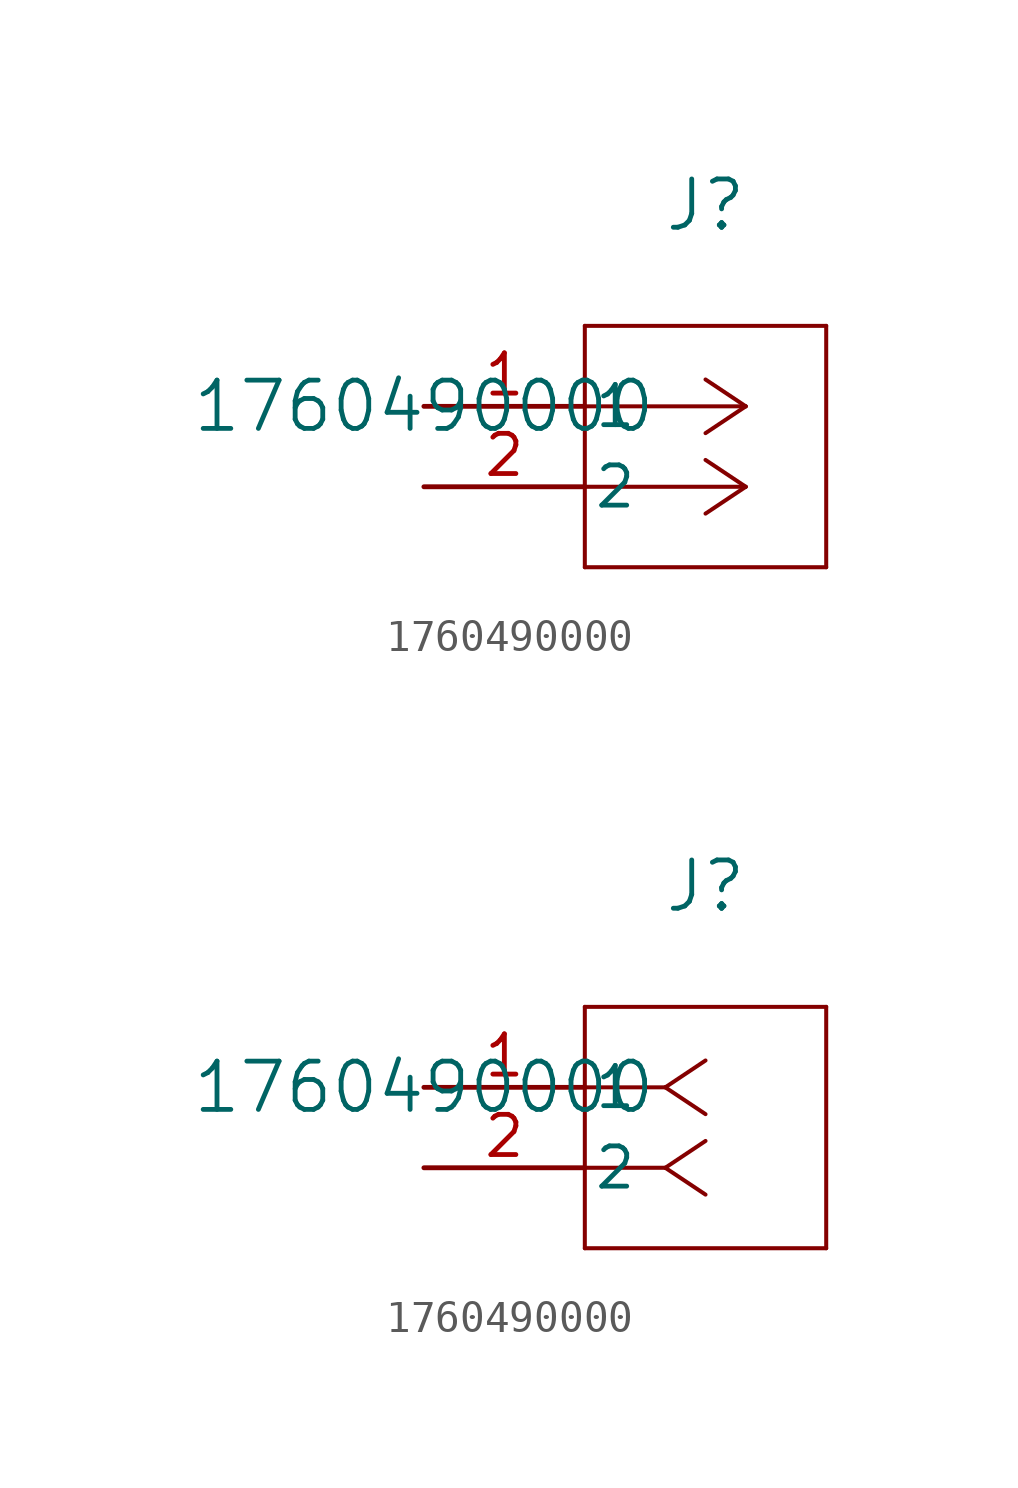
<source format=kicad_sym>
(kicad_symbol_lib
  (version 20211014)
  (generator kicad_symbol_editor)
  (symbol "1760490000"
    (pin_names
      (offset 0.254))
    (property "Reference" "J"
      (at 8.89 6.35 0)
      (effects (font (size 1.524 1.524))))
    (property "Value" "1760490000"
      (at 0 0 0)
      (effects (font (size 1.524 1.524))))
    (symbol "1760490000_1_1"
      (polyline (pts (xy 10.16 0) (xy 5.08 0)) (stroke (width 0.127) (type default) (color 0 0 0 0)) (fill (type none)))
      (polyline (pts (xy 10.16 -2.54) (xy 5.08 -2.54)) (stroke (width 0.127) (type default) (color 0 0 0 0)) (fill (type none)))
      (polyline (pts (xy 10.16 0) (xy 8.89 0.847)) (stroke (width 0.127) (type default) (color 0 0 0 0)) (fill (type none)))
      (polyline (pts (xy 10.16 -2.54) (xy 8.89 -1.693)) (stroke (width 0.127) (type default) (color 0 0 0 0)) (fill (type none)))
      (polyline (pts (xy 10.16 0) (xy 8.89 -0.847)) (stroke (width 0.127) (type default) (color 0 0 0 0)) (fill (type none)))
      (polyline (pts (xy 10.16 -2.54) (xy 8.89 -3.387)) (stroke (width 0.127) (type default) (color 0 0 0 0)) (fill (type none)))
      (polyline (pts (xy 5.08 2.54) (xy 5.08 -5.08)) (stroke (width 0.127) (type default) (color 0 0 0 0)) (fill (type none)))
      (polyline (pts (xy 5.08 -5.08) (xy 12.7 -5.08)) (stroke (width 0.127) (type default) (color 0 0 0 0)) (fill (type none)))
      (polyline (pts (xy 12.7 -5.08) (xy 12.7 2.54)) (stroke (width 0.127) (type default) (color 0 0 0 0)) (fill (type none)))
      (polyline (pts (xy 12.7 2.54) (xy 5.08 2.54)) (stroke (width 0.127) (type default) (color 0 0 0 0)) (fill (type none)))
      (pin unspecified line (at 0 0 0) (length 5.08) (name "1" (effects (font (size 1.27 1.27)))) (number "1" (effects (font (size 1.27 1.27)))))
      (pin unspecified line (at 0 -2.54 0) (length 5.08) (name "2" (effects (font (size 1.27 1.27)))) (number "2" (effects (font (size 1.27 1.27))))))
    (symbol "1760490000_1_2"
      (polyline (pts (xy 7.62 0) (xy 5.08 0)) (stroke (width 0.127) (type default) (color 0 0 0 0)) (fill (type none)))
      (polyline (pts (xy 7.62 -2.54) (xy 5.08 -2.54)) (stroke (width 0.127) (type default) (color 0 0 0 0)) (fill (type none)))
      (polyline (pts (xy 7.62 0) (xy 8.89 0.847)) (stroke (width 0.127) (type default) (color 0 0 0 0)) (fill (type none)))
      (polyline (pts (xy 7.62 -2.54) (xy 8.89 -1.693)) (stroke (width 0.127) (type default) (color 0 0 0 0)) (fill (type none)))
      (polyline (pts (xy 7.62 0) (xy 8.89 -0.847)) (stroke (width 0.127) (type default) (color 0 0 0 0)) (fill (type none)))
      (polyline (pts (xy 7.62 -2.54) (xy 8.89 -3.387)) (stroke (width 0.127) (type default) (color 0 0 0 0)) (fill (type none)))
      (polyline (pts (xy 5.08 2.54) (xy 5.08 -5.08)) (stroke (width 0.127) (type default) (color 0 0 0 0)) (fill (type none)))
      (polyline (pts (xy 5.08 -5.08) (xy 12.7 -5.08)) (stroke (width 0.127) (type default) (color 0 0 0 0)) (fill (type none)))
      (polyline (pts (xy 12.7 -5.08) (xy 12.7 2.54)) (stroke (width 0.127) (type default) (color 0 0 0 0)) (fill (type none)))
      (polyline (pts (xy 12.7 2.54) (xy 5.08 2.54)) (stroke (width 0.127) (type default) (color 0 0 0 0)) (fill (type none)))
      (pin unspecified line (at 0 0 0) (length 5.08) (name "1" (effects (font (size 1.27 1.27)))) (number "1" (effects (font (size 1.27 1.27)))))
      (pin unspecified line (at 0 -2.54 0) (length 5.08) (name "2" (effects (font (size 1.27 1.27)))) (number "2" (effects (font (size 1.27 1.27))))))))
</source>
